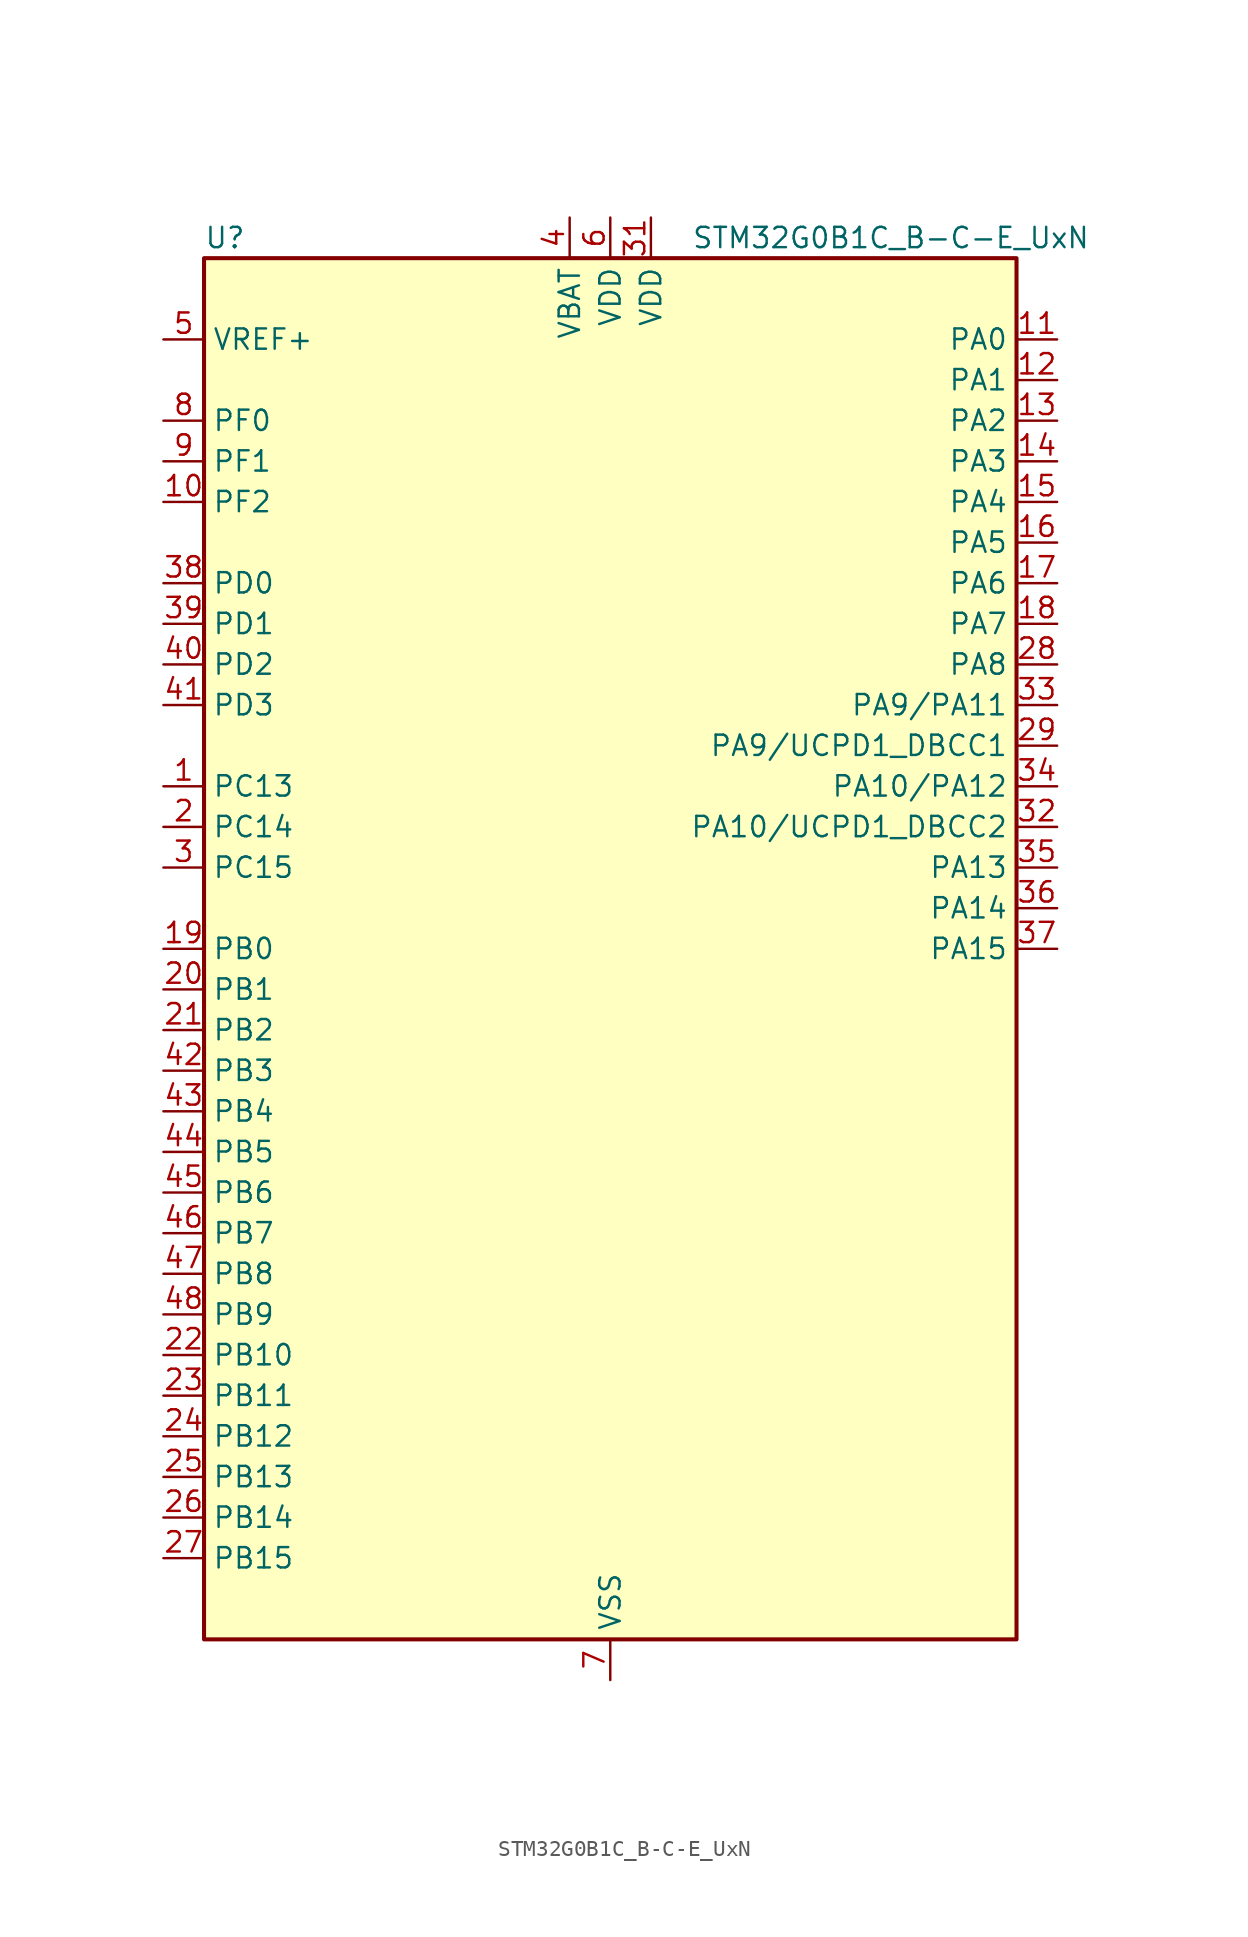
<source format=kicad_sym>
(kicad_symbol_lib
  (version 20231120)
  (generator "kicad-library-utils")
  (generator_version "8.0")
  (symbol "STM32G0B1C_B-C-E_UxN"
    (property "Reference" "U"
      (at -25.4 44.45 0)
      (effects (font (size 1.27 1.27)) (justify left)))
    (property "Value" "STM32G0B1C_B-C-E_UxN"
      (at 5.08 44.45 0)
      (effects (font (size 1.27 1.27)) (justify left)))
    (symbol "STM32G0B1C_B-C-E_UxN_0_1"
      (rectangle (start -25.4 -43.18) (end 25.4 43.18) (stroke (width 0.254) (type default)) (fill (type background))))
    (symbol "STM32G0B1C_B-C-E_UxN_1_1"
      (pin bidirectional line (at -27.94 10.16 0) (length 2.54) (name "PC13" (effects (font (size 1.27 1.27)))) (number "1" (effects (font (size 1.27 1.27)))) (alternate "RTC_OUT1" bidirectional line) (alternate "RTC_TAMP_IN1" bidirectional line) (alternate "RTC_TS" bidirectional line) (alternate "SYS_WKUP2" bidirectional line) (alternate "TIM1_BK" bidirectional line))
      (pin bidirectional line (at -27.94 27.94 0) (length 2.54) (name "PF2" (effects (font (size 1.27 1.27)))) (number "10" (effects (font (size 1.27 1.27)))) (alternate "LPUART2_DE" bidirectional line) (alternate "LPUART2_RTS" bidirectional line) (alternate "LPUART2_TX" bidirectional line) (alternate "RCC_MCO" bidirectional line))
      (pin bidirectional line (at 27.94 38.1 180) (length 2.54) (name "PA0" (effects (font (size 1.27 1.27)))) (number "11" (effects (font (size 1.27 1.27)))) (alternate "ADC1_IN0" bidirectional line) (alternate "COMP1_INM" bidirectional line) (alternate "COMP1_OUT" bidirectional line) (alternate "I2S2_CK" bidirectional line) (alternate "LPTIM1_OUT" bidirectional line) (alternate "RTC_TAMP_IN2" bidirectional line) (alternate "SPI2_SCK" bidirectional line) (alternate "SYS_WKUP1" bidirectional line) (alternate "TIM2_CH1" bidirectional line) (alternate "TIM2_ETR" bidirectional line) (alternate "UCPD2_FRSTX1" bidirectional line) (alternate "UCPD2_FRSTX2" bidirectional line) (alternate "USART2_CTS" bidirectional line) (alternate "USART2_NSS" bidirectional line) (alternate "USART4_TX" bidirectional line))
      (pin bidirectional line (at 27.94 35.56 180) (length 2.54) (name "PA1" (effects (font (size 1.27 1.27)))) (number "12" (effects (font (size 1.27 1.27)))) (alternate "ADC1_IN1" bidirectional line) (alternate "COMP1_INP" bidirectional line) (alternate "I2C1_SMBA" bidirectional line) (alternate "I2S1_CK" bidirectional line) (alternate "SPI1_SCK" bidirectional line) (alternate "TIM15_CH1N" bidirectional line) (alternate "TIM2_CH2" bidirectional line) (alternate "USART2_CK" bidirectional line) (alternate "USART2_DE" bidirectional line) (alternate "USART2_RTS" bidirectional line) (alternate "USART4_RX" bidirectional line))
      (pin bidirectional line (at 27.94 33.02 180) (length 2.54) (name "PA2" (effects (font (size 1.27 1.27)))) (number "13" (effects (font (size 1.27 1.27)))) (alternate "ADC1_IN2" bidirectional line) (alternate "COMP2_INM" bidirectional line) (alternate "COMP2_OUT" bidirectional line) (alternate "I2S1_SD" bidirectional line) (alternate "LPUART1_TX" bidirectional line) (alternate "RCC_LSCO" bidirectional line) (alternate "SPI1_MOSI" bidirectional line) (alternate "SYS_WKUP4" bidirectional line) (alternate "TIM15_CH1" bidirectional line) (alternate "TIM2_CH3" bidirectional line) (alternate "UCPD1_FRSTX1" bidirectional line) (alternate "UCPD1_FRSTX2" bidirectional line) (alternate "USART2_TX" bidirectional line))
      (pin bidirectional line (at 27.94 30.48 180) (length 2.54) (name "PA3" (effects (font (size 1.27 1.27)))) (number "14" (effects (font (size 1.27 1.27)))) (alternate "ADC1_IN3" bidirectional line) (alternate "COMP2_INP" bidirectional line) (alternate "I2S2_MCK" bidirectional line) (alternate "LPUART1_RX" bidirectional line) (alternate "SPI2_MISO" bidirectional line) (alternate "TIM15_CH2" bidirectional line) (alternate "TIM2_CH4" bidirectional line) (alternate "UCPD2_FRSTX1" bidirectional line) (alternate "UCPD2_FRSTX2" bidirectional line) (alternate "USART2_RX" bidirectional line))
      (pin bidirectional line (at 27.94 27.94 180) (length 2.54) (name "PA4" (effects (font (size 1.27 1.27)))) (number "15" (effects (font (size 1.27 1.27)))) (alternate "ADC1_IN4" bidirectional line) (alternate "DAC1_OUT1" bidirectional line) (alternate "I2S1_WS" bidirectional line) (alternate "I2S2_SD" bidirectional line) (alternate "LPTIM2_OUT" bidirectional line) (alternate "RTC_OUT2" bidirectional line) (alternate "SPI1_NSS" bidirectional line) (alternate "SPI2_MOSI" bidirectional line) (alternate "SPI3_NSS" bidirectional line) (alternate "TIM14_CH1" bidirectional line) (alternate "UCPD2_FRSTX1" bidirectional line) (alternate "UCPD2_FRSTX2" bidirectional line) (alternate "USART6_TX" bidirectional line) (alternate "USB_NOE" bidirectional line))
      (pin bidirectional line (at 27.94 25.4 180) (length 2.54) (name "PA5" (effects (font (size 1.27 1.27)))) (number "16" (effects (font (size 1.27 1.27)))) (alternate "ADC1_IN5" bidirectional line) (alternate "CEC" bidirectional line) (alternate "DAC1_OUT2" bidirectional line) (alternate "I2S1_CK" bidirectional line) (alternate "LPTIM2_ETR" bidirectional line) (alternate "SPI1_SCK" bidirectional line) (alternate "TIM2_CH1" bidirectional line) (alternate "TIM2_ETR" bidirectional line) (alternate "UCPD1_FRSTX1" bidirectional line) (alternate "UCPD1_FRSTX2" bidirectional line) (alternate "USART3_TX" bidirectional line) (alternate "USART6_RX" bidirectional line))
      (pin bidirectional line (at 27.94 22.86 180) (length 2.54) (name "PA6" (effects (font (size 1.27 1.27)))) (number "17" (effects (font (size 1.27 1.27)))) (alternate "ADC1_IN6" bidirectional line) (alternate "COMP1_OUT" bidirectional line) (alternate "I2C2_SDA" bidirectional line) (alternate "I2C3_SDA" bidirectional line) (alternate "I2S1_MCK" bidirectional line) (alternate "LPUART1_CTS" bidirectional line) (alternate "SPI1_MISO" bidirectional line) (alternate "TIM16_CH1" bidirectional line) (alternate "TIM1_BK" bidirectional line) (alternate "TIM3_CH1" bidirectional line) (alternate "USART3_CTS" bidirectional line) (alternate "USART3_NSS" bidirectional line) (alternate "USART6_CTS" bidirectional line) (alternate "USART6_NSS" bidirectional line))
      (pin bidirectional line (at 27.94 20.32 180) (length 2.54) (name "PA7" (effects (font (size 1.27 1.27)))) (number "18" (effects (font (size 1.27 1.27)))) (alternate "ADC1_IN7" bidirectional line) (alternate "COMP2_OUT" bidirectional line) (alternate "I2C2_SCL" bidirectional line) (alternate "I2C3_SCL" bidirectional line) (alternate "I2S1_SD" bidirectional line) (alternate "SPI1_MOSI" bidirectional line) (alternate "TIM14_CH1" bidirectional line) (alternate "TIM17_CH1" bidirectional line) (alternate "TIM1_CH1N" bidirectional line) (alternate "TIM3_CH2" bidirectional line) (alternate "UCPD1_FRSTX1" bidirectional line) (alternate "UCPD1_FRSTX2" bidirectional line) (alternate "USART6_CK" bidirectional line) (alternate "USART6_DE" bidirectional line) (alternate "USART6_RTS" bidirectional line))
      (pin bidirectional line (at -27.94 0 0) (length 2.54) (name "PB0" (effects (font (size 1.27 1.27)))) (number "19" (effects (font (size 1.27 1.27)))) (alternate "ADC1_IN8" bidirectional line) (alternate "COMP1_OUT" bidirectional line) (alternate "COMP3_INP" bidirectional line) (alternate "FDCAN2_RX" bidirectional line) (alternate "I2S1_WS" bidirectional line) (alternate "LPTIM1_OUT" bidirectional line) (alternate "LPUART2_CTS" bidirectional line) (alternate "SPI1_NSS" bidirectional line) (alternate "TIM1_CH2N" bidirectional line) (alternate "TIM3_CH3" bidirectional line) (alternate "UCPD1_FRSTX1" bidirectional line) (alternate "UCPD1_FRSTX2" bidirectional line) (alternate "USART3_RX" bidirectional line) (alternate "USART5_TX" bidirectional line))
      (pin bidirectional line (at -27.94 7.62 0) (length 2.54) (name "PC14" (effects (font (size 1.27 1.27)))) (number "2" (effects (font (size 1.27 1.27)))) (alternate "RCC_OSC32_IN" bidirectional line) (alternate "TIM1_BK2" bidirectional line))
      (pin bidirectional line (at -27.94 -2.54 0) (length 2.54) (name "PB1" (effects (font (size 1.27 1.27)))) (number "20" (effects (font (size 1.27 1.27)))) (alternate "ADC1_IN9" bidirectional line) (alternate "COMP1_INM" bidirectional line) (alternate "COMP3_OUT" bidirectional line) (alternate "FDCAN2_TX" bidirectional line) (alternate "LPTIM2_IN1" bidirectional line) (alternate "LPUART1_DE" bidirectional line) (alternate "LPUART1_RTS" bidirectional line) (alternate "LPUART2_DE" bidirectional line) (alternate "LPUART2_RTS" bidirectional line) (alternate "TIM14_CH1" bidirectional line) (alternate "TIM1_CH3N" bidirectional line) (alternate "TIM3_CH4" bidirectional line) (alternate "USART3_CK" bidirectional line) (alternate "USART3_DE" bidirectional line) (alternate "USART3_RTS" bidirectional line) (alternate "USART5_RX" bidirectional line))
      (pin bidirectional line (at -27.94 -5.08 0) (length 2.54) (name "PB2" (effects (font (size 1.27 1.27)))) (number "21" (effects (font (size 1.27 1.27)))) (alternate "ADC1_IN10" bidirectional line) (alternate "COMP1_INP" bidirectional line) (alternate "COMP3_INM" bidirectional line) (alternate "I2S2_MCK" bidirectional line) (alternate "LPTIM1_OUT" bidirectional line) (alternate "RCC_MCO_2" bidirectional line) (alternate "SPI2_MISO" bidirectional line) (alternate "USART3_TX" bidirectional line))
      (pin bidirectional line (at -27.94 -25.4 0) (length 2.54) (name "PB10" (effects (font (size 1.27 1.27)))) (number "22" (effects (font (size 1.27 1.27)))) (alternate "ADC1_IN11" bidirectional line) (alternate "CEC" bidirectional line) (alternate "COMP1_OUT" bidirectional line) (alternate "I2C2_SCL" bidirectional line) (alternate "I2S2_CK" bidirectional line) (alternate "LPUART1_RX" bidirectional line) (alternate "SPI2_SCK" bidirectional line) (alternate "TIM2_CH3" bidirectional line) (alternate "USART3_TX" bidirectional line))
      (pin bidirectional line (at -27.94 -27.94 0) (length 2.54) (name "PB11" (effects (font (size 1.27 1.27)))) (number "23" (effects (font (size 1.27 1.27)))) (alternate "ADC1_EXTI11" bidirectional line) (alternate "ADC1_IN15" bidirectional line) (alternate "COMP2_OUT" bidirectional line) (alternate "I2C2_SDA" bidirectional line) (alternate "I2S2_SD" bidirectional line) (alternate "LPUART1_TX" bidirectional line) (alternate "SPI2_MOSI" bidirectional line) (alternate "TIM2_CH4" bidirectional line) (alternate "USART3_RX" bidirectional line))
      (pin bidirectional line (at -27.94 -30.48 0) (length 2.54) (name "PB12" (effects (font (size 1.27 1.27)))) (number "24" (effects (font (size 1.27 1.27)))) (alternate "ADC1_IN16" bidirectional line) (alternate "FDCAN2_RX" bidirectional line) (alternate "I2C2_SMBA" bidirectional line) (alternate "I2S2_WS" bidirectional line) (alternate "LPUART1_DE" bidirectional line) (alternate "LPUART1_RTS" bidirectional line) (alternate "SPI2_NSS" bidirectional line) (alternate "TIM15_BK" bidirectional line) (alternate "TIM1_BK" bidirectional line) (alternate "UCPD2_FRSTX1" bidirectional line) (alternate "UCPD2_FRSTX2" bidirectional line))
      (pin bidirectional line (at -27.94 -33.02 0) (length 2.54) (name "PB13" (effects (font (size 1.27 1.27)))) (number "25" (effects (font (size 1.27 1.27)))) (alternate "FDCAN2_TX" bidirectional line) (alternate "I2C2_SCL" bidirectional line) (alternate "I2S2_CK" bidirectional line) (alternate "LPUART1_CTS" bidirectional line) (alternate "SPI2_SCK" bidirectional line) (alternate "TIM15_CH1N" bidirectional line) (alternate "TIM1_CH1N" bidirectional line) (alternate "USART3_CTS" bidirectional line) (alternate "USART3_NSS" bidirectional line))
      (pin bidirectional line (at -27.94 -35.56 0) (length 2.54) (name "PB14" (effects (font (size 1.27 1.27)))) (number "26" (effects (font (size 1.27 1.27)))) (alternate "I2C2_SDA" bidirectional line) (alternate "I2S2_MCK" bidirectional line) (alternate "SPI2_MISO" bidirectional line) (alternate "TIM15_CH1" bidirectional line) (alternate "TIM1_CH2N" bidirectional line) (alternate "UCPD1_FRSTX1" bidirectional line) (alternate "UCPD1_FRSTX2" bidirectional line) (alternate "USART3_CK" bidirectional line) (alternate "USART3_DE" bidirectional line) (alternate "USART3_RTS" bidirectional line) (alternate "USART6_CK" bidirectional line) (alternate "USART6_DE" bidirectional line) (alternate "USART6_RTS" bidirectional line))
      (pin bidirectional line (at -27.94 -38.1 0) (length 2.54) (name "PB15" (effects (font (size 1.27 1.27)))) (number "27" (effects (font (size 1.27 1.27)))) (alternate "I2S2_SD" bidirectional line) (alternate "RTC_REFIN" bidirectional line) (alternate "SPI2_MOSI" bidirectional line) (alternate "TIM15_CH1N" bidirectional line) (alternate "TIM15_CH2" bidirectional line) (alternate "TIM1_CH3N" bidirectional line) (alternate "UCPD1_CC2" bidirectional line) (alternate "USART6_CTS" bidirectional line) (alternate "USART6_NSS" bidirectional line))
      (pin bidirectional line (at 27.94 17.78 180) (length 2.54) (name "PA8" (effects (font (size 1.27 1.27)))) (number "28" (effects (font (size 1.27 1.27)))) (alternate "CRS1_SYNC" bidirectional line) (alternate "I2C2_SMBA" bidirectional line) (alternate "I2S2_WS" bidirectional line) (alternate "LPTIM2_OUT" bidirectional line) (alternate "RCC_MCO" bidirectional line) (alternate "SPI2_NSS" bidirectional line) (alternate "TIM1_CH1" bidirectional line) (alternate "UCPD1_CC1" bidirectional line))
      (pin bidirectional line (at 27.94 12.7 180) (length 2.54) (name "PA9/UCPD1_DBCC1" (effects (font (size 1.27 1.27)))) (number "29" (effects (font (size 1.27 1.27)))) (alternate "PA9" bidirectional line) (alternate "DAC1_EXTI9 (PA9)" bidirectional line) (alternate "I2C1_SCL (PA9)" bidirectional line) (alternate "I2C2_SCL (PA9)" bidirectional line) (alternate "I2S2_MCK (PA9)" bidirectional line) (alternate "RCC_MCO (PA9)" bidirectional line) (alternate "SPI2_MISO (PA9)" bidirectional line) (alternate "TIM15_BK (PA9)" bidirectional line) (alternate "TIM1_CH2 (PA9)" bidirectional line) (alternate "UCPD1_DBCC1 (PA9)" bidirectional line) (alternate "USART1_TX (PA9)" bidirectional line) (alternate "UCPD1_DBCC1" bidirectional line) (alternate "UCPD1_DBCC1 (UCPD1_DBCC1)" bidirectional line))
      (pin bidirectional line (at -27.94 5.08 0) (length 2.54) (name "PC15" (effects (font (size 1.27 1.27)))) (number "3" (effects (font (size 1.27 1.27)))) (alternate "RCC_OSC32_EN" bidirectional line) (alternate "RCC_OSC32_OUT" bidirectional line) (alternate "RCC_OSC_EN" bidirectional line) (alternate "TIM15_BK" bidirectional line))
      (pin passive line (at 0 -45.72 90) (length 2.54) hide (name "VSS" (effects (font (size 1.27 1.27)))) (number "30" (effects (font (size 1.27 1.27)))))
      (pin power_in line (at 2.54 45.72 270) (length 2.54) (name "VDD" (effects (font (size 1.27 1.27)))) (number "31" (effects (font (size 1.27 1.27)))))
      (pin bidirectional line (at 27.94 7.62 180) (length 2.54) (name "PA10/UCPD1_DBCC2" (effects (font (size 1.27 1.27)))) (number "32" (effects (font (size 1.27 1.27)))) (alternate "PA10" bidirectional line) (alternate "I2C1_SDA (PA10)" bidirectional line) (alternate "I2C2_SDA (PA10)" bidirectional line) (alternate "I2S2_SD (PA10)" bidirectional line) (alternate "RCC_MCO_2 (PA10)" bidirectional line) (alternate "SPI2_MOSI (PA10)" bidirectional line) (alternate "TIM17_BK (PA10)" bidirectional line) (alternate "TIM1_CH3 (PA10)" bidirectional line) (alternate "UCPD1_DBCC2 (PA10)" bidirectional line) (alternate "USART1_RX (PA10)" bidirectional line) (alternate "UCPD1_DBCC2" bidirectional line) (alternate "UCPD1_DBCC2 (UCPD1_DBCC2)" bidirectional line))
      (pin bidirectional line (at 27.94 15.24 180) (length 2.54) (name "PA9/PA11" (effects (font (size 1.27 1.27)))) (number "33" (effects (font (size 1.27 1.27)))) (alternate "PA9" bidirectional line) (alternate "DAC1_EXTI9 (PA9)" bidirectional line) (alternate "I2C1_SCL (PA9)" bidirectional line) (alternate "I2C2_SCL (PA9)" bidirectional line) (alternate "I2S2_MCK (PA9)" bidirectional line) (alternate "RCC_MCO (PA9)" bidirectional line) (alternate "SPI2_MISO (PA9)" bidirectional line) (alternate "TIM15_BK (PA9)" bidirectional line) (alternate "TIM1_CH2 (PA9)" bidirectional line) (alternate "UCPD1_DBCC1 (PA9)" bidirectional line) (alternate "USART1_TX (PA9)" bidirectional line) (alternate "PA11" bidirectional line) (alternate "ADC1_EXTI11 (PA11)" bidirectional line) (alternate "COMP1_OUT (PA11)" bidirectional line) (alternate "FDCAN1_RX (PA11)" bidirectional line) (alternate "I2C2_SCL (PA11)" bidirectional line) (alternate "I2S1_MCK (PA11)" bidirectional line) (alternate "SPI1_MISO (PA11)" bidirectional line) (alternate "TIM1_BK2 (PA11)" bidirectional line) (alternate "TIM1_CH4 (PA11)" bidirectional line) (alternate "USART1_CTS (PA11)" bidirectional line) (alternate "USART1_NSS (PA11)" bidirectional line) (alternate "USB_DM (PA11)" bidirectional line))
      (pin bidirectional line (at 27.94 10.16 180) (length 2.54) (name "PA10/PA12" (effects (font (size 1.27 1.27)))) (number "34" (effects (font (size 1.27 1.27)))) (alternate "PA10" bidirectional line) (alternate "I2C1_SDA (PA10)" bidirectional line) (alternate "I2C2_SDA (PA10)" bidirectional line) (alternate "I2S2_SD (PA10)" bidirectional line) (alternate "RCC_MCO_2 (PA10)" bidirectional line) (alternate "SPI2_MOSI (PA10)" bidirectional line) (alternate "TIM17_BK (PA10)" bidirectional line) (alternate "TIM1_CH3 (PA10)" bidirectional line) (alternate "UCPD1_DBCC2 (PA10)" bidirectional line) (alternate "USART1_RX (PA10)" bidirectional line) (alternate "PA12" bidirectional line) (alternate "COMP2_OUT (PA12)" bidirectional line) (alternate "FDCAN1_TX (PA12)" bidirectional line) (alternate "I2C2_SDA (PA12)" bidirectional line) (alternate "I2S1_SD (PA12)" bidirectional line) (alternate "I2S_CKIN (PA12)" bidirectional line) (alternate "SPI1_MOSI (PA12)" bidirectional line) (alternate "TIM1_ETR (PA12)" bidirectional line) (alternate "USART1_CK (PA12)" bidirectional line) (alternate "USART1_DE (PA12)" bidirectional line) (alternate "USART1_RTS (PA12)" bidirectional line) (alternate "USB_DP (PA12)" bidirectional line))
      (pin bidirectional line (at 27.94 5.08 180) (length 2.54) (name "PA13" (effects (font (size 1.27 1.27)))) (number "35" (effects (font (size 1.27 1.27)))) (alternate "IR_OUT" bidirectional line) (alternate "LPUART2_RX" bidirectional line) (alternate "SYS_SWDIO" bidirectional line) (alternate "USB_NOE" bidirectional line))
      (pin bidirectional line (at 27.94 2.54 180) (length 2.54) (name "PA14" (effects (font (size 1.27 1.27)))) (number "36" (effects (font (size 1.27 1.27)))) (alternate "LPUART2_TX" bidirectional line) (alternate "SYS_SWCLK" bidirectional line) (alternate "USART2_TX" bidirectional line))
      (pin bidirectional line (at 27.94 0 180) (length 2.54) (name "PA15" (effects (font (size 1.27 1.27)))) (number "37" (effects (font (size 1.27 1.27)))) (alternate "I2C2_SMBA" bidirectional line) (alternate "I2S1_WS" bidirectional line) (alternate "RCC_MCO_2" bidirectional line) (alternate "SPI1_NSS" bidirectional line) (alternate "SPI3_NSS" bidirectional line) (alternate "TIM2_CH1" bidirectional line) (alternate "TIM2_ETR" bidirectional line) (alternate "USART2_RX" bidirectional line) (alternate "USART3_CK" bidirectional line) (alternate "USART3_DE" bidirectional line) (alternate "USART3_RTS" bidirectional line) (alternate "USART4_CK" bidirectional line) (alternate "USART4_DE" bidirectional line) (alternate "USART4_RTS" bidirectional line) (alternate "USB_NOE" bidirectional line))
      (pin bidirectional line (at -27.94 22.86 0) (length 2.54) (name "PD0" (effects (font (size 1.27 1.27)))) (number "38" (effects (font (size 1.27 1.27)))) (alternate "FDCAN1_RX" bidirectional line) (alternate "I2S2_WS" bidirectional line) (alternate "SPI2_NSS" bidirectional line) (alternate "TIM16_CH1" bidirectional line) (alternate "UCPD2_CC1" bidirectional line))
      (pin bidirectional line (at -27.94 20.32 0) (length 2.54) (name "PD1" (effects (font (size 1.27 1.27)))) (number "39" (effects (font (size 1.27 1.27)))) (alternate "FDCAN1_TX" bidirectional line) (alternate "I2S2_CK" bidirectional line) (alternate "SPI2_SCK" bidirectional line) (alternate "TIM17_CH1" bidirectional line) (alternate "UCPD2_DBCC1" bidirectional line))
      (pin power_in line (at -2.54 45.72 270) (length 2.54) (name "VBAT" (effects (font (size 1.27 1.27)))) (number "4" (effects (font (size 1.27 1.27)))))
      (pin bidirectional line (at -27.94 17.78 0) (length 2.54) (name "PD2" (effects (font (size 1.27 1.27)))) (number "40" (effects (font (size 1.27 1.27)))) (alternate "TIM1_CH1N" bidirectional line) (alternate "TIM3_ETR" bidirectional line) (alternate "UCPD2_CC2" bidirectional line) (alternate "USART3_CK" bidirectional line) (alternate "USART3_DE" bidirectional line) (alternate "USART3_RTS" bidirectional line) (alternate "USART5_RX" bidirectional line))
      (pin bidirectional line (at -27.94 15.24 0) (length 2.54) (name "PD3" (effects (font (size 1.27 1.27)))) (number "41" (effects (font (size 1.27 1.27)))) (alternate "I2S2_MCK" bidirectional line) (alternate "SPI2_MISO" bidirectional line) (alternate "TIM1_CH2N" bidirectional line) (alternate "UCPD2_DBCC2" bidirectional line) (alternate "USART2_CTS" bidirectional line) (alternate "USART2_NSS" bidirectional line) (alternate "USART5_TX" bidirectional line))
      (pin bidirectional line (at -27.94 -7.62 0) (length 2.54) (name "PB3" (effects (font (size 1.27 1.27)))) (number "42" (effects (font (size 1.27 1.27)))) (alternate "COMP2_INM" bidirectional line) (alternate "I2C2_SCL" bidirectional line) (alternate "I2C3_SCL" bidirectional line) (alternate "I2S1_CK" bidirectional line) (alternate "SPI1_SCK" bidirectional line) (alternate "SPI3_SCK" bidirectional line) (alternate "TIM1_CH2" bidirectional line) (alternate "TIM2_CH2" bidirectional line) (alternate "USART1_CK" bidirectional line) (alternate "USART1_DE" bidirectional line) (alternate "USART1_RTS" bidirectional line) (alternate "USART5_TX" bidirectional line))
      (pin bidirectional line (at -27.94 -10.16 0) (length 2.54) (name "PB4" (effects (font (size 1.27 1.27)))) (number "43" (effects (font (size 1.27 1.27)))) (alternate "COMP2_INP" bidirectional line) (alternate "I2C2_SDA" bidirectional line) (alternate "I2C3_SDA" bidirectional line) (alternate "I2S1_MCK" bidirectional line) (alternate "SPI1_MISO" bidirectional line) (alternate "SPI3_MISO" bidirectional line) (alternate "TIM17_BK" bidirectional line) (alternate "TIM3_CH1" bidirectional line) (alternate "USART1_CTS" bidirectional line) (alternate "USART1_NSS" bidirectional line) (alternate "USART5_RX" bidirectional line))
      (pin bidirectional line (at -27.94 -12.7 0) (length 2.54) (name "PB5" (effects (font (size 1.27 1.27)))) (number "44" (effects (font (size 1.27 1.27)))) (alternate "COMP2_OUT" bidirectional line) (alternate "FDCAN2_RX" bidirectional line) (alternate "I2C1_SMBA" bidirectional line) (alternate "I2S1_SD" bidirectional line) (alternate "LPTIM1_IN1" bidirectional line) (alternate "SPI1_MOSI" bidirectional line) (alternate "SPI3_MOSI" bidirectional line) (alternate "SYS_WKUP6" bidirectional line) (alternate "TIM16_BK" bidirectional line) (alternate "TIM3_CH2" bidirectional line) (alternate "USART5_CK" bidirectional line) (alternate "USART5_DE" bidirectional line) (alternate "USART5_RTS" bidirectional line))
      (pin bidirectional line (at -27.94 -15.24 0) (length 2.54) (name "PB6" (effects (font (size 1.27 1.27)))) (number "45" (effects (font (size 1.27 1.27)))) (alternate "COMP2_INP" bidirectional line) (alternate "FDCAN2_TX" bidirectional line) (alternate "I2C1_SCL" bidirectional line) (alternate "I2S2_MCK" bidirectional line) (alternate "LPTIM1_ETR" bidirectional line) (alternate "LPUART2_TX" bidirectional line) (alternate "SPI2_MISO" bidirectional line) (alternate "TIM16_CH1N" bidirectional line) (alternate "TIM1_CH3" bidirectional line) (alternate "TIM4_CH1" bidirectional line) (alternate "USART1_TX" bidirectional line) (alternate "USART5_CTS" bidirectional line) (alternate "USART5_NSS" bidirectional line))
      (pin bidirectional line (at -27.94 -17.78 0) (length 2.54) (name "PB7" (effects (font (size 1.27 1.27)))) (number "46" (effects (font (size 1.27 1.27)))) (alternate "COMP2_INM" bidirectional line) (alternate "I2C1_SDA" bidirectional line) (alternate "I2S2_SD" bidirectional line) (alternate "LPTIM1_IN2" bidirectional line) (alternate "LPUART2_RX" bidirectional line) (alternate "SPI2_MOSI" bidirectional line) (alternate "SYS_PVD_IN" bidirectional line) (alternate "TIM17_CH1N" bidirectional line) (alternate "TIM4_CH2" bidirectional line) (alternate "USART1_RX" bidirectional line) (alternate "USART4_CTS" bidirectional line) (alternate "USART4_NSS" bidirectional line))
      (pin bidirectional line (at -27.94 -20.32 0) (length 2.54) (name "PB8" (effects (font (size 1.27 1.27)))) (number "47" (effects (font (size 1.27 1.27)))) (alternate "CEC" bidirectional line) (alternate "FDCAN1_RX" bidirectional line) (alternate "I2C1_SCL" bidirectional line) (alternate "I2S2_CK" bidirectional line) (alternate "SPI2_SCK" bidirectional line) (alternate "TIM15_BK" bidirectional line) (alternate "TIM16_CH1" bidirectional line) (alternate "TIM4_CH3" bidirectional line) (alternate "USART3_TX" bidirectional line) (alternate "USART6_TX" bidirectional line))
      (pin bidirectional line (at -27.94 -22.86 0) (length 2.54) (name "PB9" (effects (font (size 1.27 1.27)))) (number "48" (effects (font (size 1.27 1.27)))) (alternate "DAC1_EXTI9" bidirectional line) (alternate "FDCAN1_TX" bidirectional line) (alternate "I2C1_SDA" bidirectional line) (alternate "I2S2_WS" bidirectional line) (alternate "IR_OUT" bidirectional line) (alternate "SPI2_NSS" bidirectional line) (alternate "TIM17_CH1" bidirectional line) (alternate "TIM4_CH4" bidirectional line) (alternate "UCPD2_FRSTX1" bidirectional line) (alternate "UCPD2_FRSTX2" bidirectional line) (alternate "USART3_RX" bidirectional line) (alternate "USART6_RX" bidirectional line))
      (pin passive line (at 0 -45.72 90) (length 2.54) hide (name "VSS" (effects (font (size 1.27 1.27)))) (number "49" (effects (font (size 1.27 1.27)))))
      (pin input line (at -27.94 38.1 0) (length 2.54) (name "VREF+" (effects (font (size 1.27 1.27)))) (number "5" (effects (font (size 1.27 1.27)))) (alternate "VREFBUF_OUT" bidirectional line))
      (pin power_in line (at 0 45.72 270) (length 2.54) (name "VDD" (effects (font (size 1.27 1.27)))) (number "6" (effects (font (size 1.27 1.27)))))
      (pin power_in line (at 0 -45.72 90) (length 2.54) (name "VSS" (effects (font (size 1.27 1.27)))) (number "7" (effects (font (size 1.27 1.27)))))
      (pin bidirectional line (at -27.94 33.02 0) (length 2.54) (name "PF0" (effects (font (size 1.27 1.27)))) (number "8" (effects (font (size 1.27 1.27)))) (alternate "CRS1_SYNC" bidirectional line) (alternate "RCC_OSC_IN" bidirectional line) (alternate "TIM14_CH1" bidirectional line))
      (pin bidirectional line (at -27.94 30.48 0) (length 2.54) (name "PF1" (effects (font (size 1.27 1.27)))) (number "9" (effects (font (size 1.27 1.27)))) (alternate "RCC_OSC_EN" bidirectional line) (alternate "RCC_OSC_OUT" bidirectional line) (alternate "TIM15_CH1N" bidirectional line)))))
</source>
